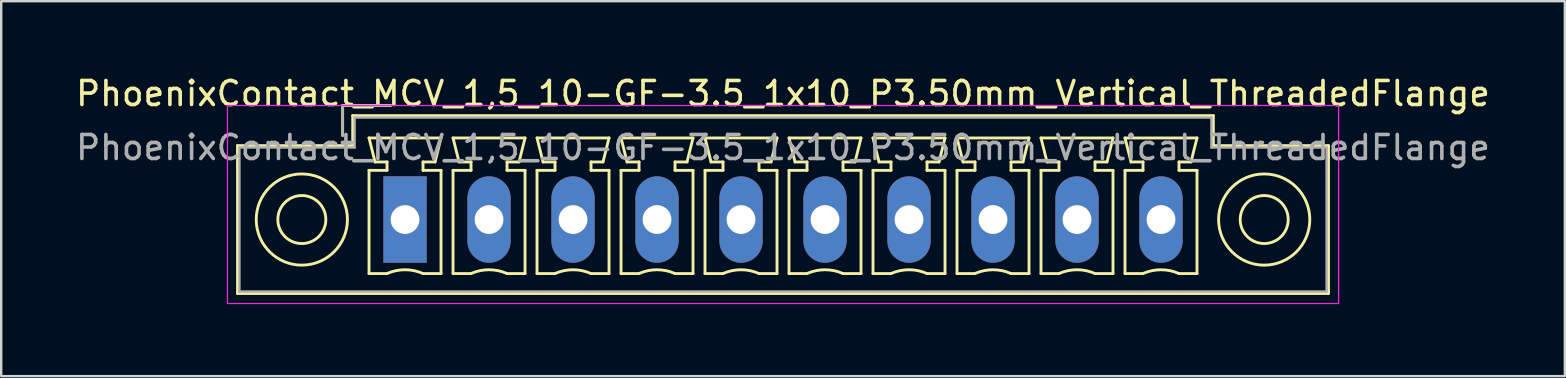
<source format=kicad_pcb>
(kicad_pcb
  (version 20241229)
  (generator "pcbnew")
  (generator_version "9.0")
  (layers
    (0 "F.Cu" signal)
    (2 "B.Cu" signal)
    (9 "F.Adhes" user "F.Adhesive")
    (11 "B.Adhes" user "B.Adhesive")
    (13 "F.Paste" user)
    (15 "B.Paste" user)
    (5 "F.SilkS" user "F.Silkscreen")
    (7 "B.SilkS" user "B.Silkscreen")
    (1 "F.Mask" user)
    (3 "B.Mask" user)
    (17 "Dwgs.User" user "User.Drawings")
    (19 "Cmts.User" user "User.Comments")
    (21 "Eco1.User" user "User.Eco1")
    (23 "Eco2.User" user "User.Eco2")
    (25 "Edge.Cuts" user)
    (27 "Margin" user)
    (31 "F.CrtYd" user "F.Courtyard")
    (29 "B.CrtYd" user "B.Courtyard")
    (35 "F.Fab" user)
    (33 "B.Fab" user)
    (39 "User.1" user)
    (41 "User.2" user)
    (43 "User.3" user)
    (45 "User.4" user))
  (footprint "PhoenixContact_MCV_1,5_10-GF-3.5_1x10_P3.50mm_Vertical_ThreadedFlange"
    (layer "F.Cu")
    (at 13.827 6.098)
    (property "Reference" "PhoenixContact_MCV_1,5_10-GF-3.5_1x10_P3.50mm_Vertical_ThreadedFlange" (at 15.75 -5.25 0) (layer "F.SilkS") (effects (font (size 1 1) (thickness 0.15))))
    (attr through_hole)
    (fp_line (start -6.98 -3.08) (end -6.98 3.08) (stroke (width 0.12) (type solid)) (layer "F.SilkS"))
    (fp_line (start -6.98 3.08) (end 38.48 3.08) (stroke (width 0.12) (type solid)) (layer "F.SilkS"))
    (fp_line (start -2.6 -4.75) (end -0.6 -4.75) (stroke (width 0.12) (type solid)) (layer "F.SilkS"))
    (fp_line (start -2.6 -3.5) (end -2.6 -4.75) (stroke (width 0.12) (type solid)) (layer "F.SilkS"))
    (fp_line (start -2.18 -4.33) (end -2.18 -3.08) (stroke (width 0.12) (type solid)) (layer "F.SilkS"))
    (fp_line (start -2.18 -3.08) (end -6.98 -3.08) (stroke (width 0.12) (type solid)) (layer "F.SilkS"))
    (fp_line (start -1.5 -3.4) (end 1.5 -3.4) (stroke (width 0.12) (type solid)) (layer "F.SilkS"))
    (fp_line (start -1.5 -2.05) (end -0.75 -2.05) (stroke (width 0.12) (type solid)) (layer "F.SilkS"))
    (fp_line (start -1.5 2.25) (end -1.5 -2.05) (stroke (width 0.12) (type solid)) (layer "F.SilkS"))
    (fp_line (start -1.25 -2.4) (end -1.5 -3.4) (stroke (width 0.12) (type solid)) (layer "F.SilkS"))
    (fp_line (start -0.75 -2.4) (end -1.25 -2.4) (stroke (width 0.12) (type solid)) (layer "F.SilkS"))
    (fp_line (start -0.75 -2.05) (end -0.75 -2.4) (stroke (width 0.12) (type solid)) (layer "F.SilkS"))
    (fp_line (start -0.75 2.25) (end -1.5 2.25) (stroke (width 0.12) (type solid)) (layer "F.SilkS"))
    (fp_line (start 0.75 -2.4) (end 0.75 -2.05) (stroke (width 0.12) (type solid)) (layer "F.SilkS"))
    (fp_line (start 0.75 -2.05) (end 1.5 -2.05) (stroke (width 0.12) (type solid)) (layer "F.SilkS"))
    (fp_line (start 1.25 -2.4) (end 0.75 -2.4) (stroke (width 0.12) (type solid)) (layer "F.SilkS"))
    (fp_line (start 1.5 -3.4) (end 1.25 -2.4) (stroke (width 0.12) (type solid)) (layer "F.SilkS"))
    (fp_line (start 1.5 -2.05) (end 1.5 2.25) (stroke (width 0.12) (type solid)) (layer "F.SilkS"))
    (fp_line (start 1.5 2.25) (end 0.75 2.25) (stroke (width 0.12) (type solid)) (layer "F.SilkS"))
    (fp_line (start 2 -3.4) (end 5 -3.4) (stroke (width 0.12) (type solid)) (layer "F.SilkS"))
    (fp_line (start 2 -2.05) (end 2.75 -2.05) (stroke (width 0.12) (type solid)) (layer "F.SilkS"))
    (fp_line (start 2 2.25) (end 2 -2.05) (stroke (width 0.12) (type solid)) (layer "F.SilkS"))
    (fp_line (start 2.25 -2.4) (end 2 -3.4) (stroke (width 0.12) (type solid)) (layer "F.SilkS"))
    (fp_line (start 2.75 -2.4) (end 2.25 -2.4) (stroke (width 0.12) (type solid)) (layer "F.SilkS"))
    (fp_line (start 2.75 -2.05) (end 2.75 -2.4) (stroke (width 0.12) (type solid)) (layer "F.SilkS"))
    (fp_line (start 2.75 2.25) (end 2 2.25) (stroke (width 0.12) (type solid)) (layer "F.SilkS"))
    (fp_line (start 4.25 -2.4) (end 4.25 -2.05) (stroke (width 0.12) (type solid)) (layer "F.SilkS"))
    (fp_line (start 4.25 -2.05) (end 5 -2.05) (stroke (width 0.12) (type solid)) (layer "F.SilkS"))
    (fp_line (start 4.75 -2.4) (end 4.25 -2.4) (stroke (width 0.12) (type solid)) (layer "F.SilkS"))
    (fp_line (start 5 -3.4) (end 4.75 -2.4) (stroke (width 0.12) (type solid)) (layer "F.SilkS"))
    (fp_line (start 5 -2.05) (end 5 2.25) (stroke (width 0.12) (type solid)) (layer "F.SilkS"))
    (fp_line (start 5 2.25) (end 4.25 2.25) (stroke (width 0.12) (type solid)) (layer "F.SilkS"))
    (fp_line (start 5.5 -3.4) (end 8.5 -3.4) (stroke (width 0.12) (type solid)) (layer "F.SilkS"))
    (fp_line (start 5.5 -2.05) (end 6.25 -2.05) (stroke (width 0.12) (type solid)) (layer "F.SilkS"))
    (fp_line (start 5.5 2.25) (end 5.5 -2.05) (stroke (width 0.12) (type solid)) (layer "F.SilkS"))
    (fp_line (start 5.75 -2.4) (end 5.5 -3.4) (stroke (width 0.12) (type solid)) (layer "F.SilkS"))
    (fp_line (start 6.25 -2.4) (end 5.75 -2.4) (stroke (width 0.12) (type solid)) (layer "F.SilkS"))
    (fp_line (start 6.25 -2.05) (end 6.25 -2.4) (stroke (width 0.12) (type solid)) (layer "F.SilkS"))
    (fp_line (start 6.25 2.25) (end 5.5 2.25) (stroke (width 0.12) (type solid)) (layer "F.SilkS"))
    (fp_line (start 7.75 -2.4) (end 7.75 -2.05) (stroke (width 0.12) (type solid)) (layer "F.SilkS"))
    (fp_line (start 7.75 -2.05) (end 8.5 -2.05) (stroke (width 0.12) (type solid)) (layer "F.SilkS"))
    (fp_line (start 8.25 -2.4) (end 7.75 -2.4) (stroke (width 0.12) (type solid)) (layer "F.SilkS"))
    (fp_line (start 8.5 -3.4) (end 8.25 -2.4) (stroke (width 0.12) (type solid)) (layer "F.SilkS"))
    (fp_line (start 8.5 -2.05) (end 8.5 2.25) (stroke (width 0.12) (type solid)) (layer "F.SilkS"))
    (fp_line (start 8.5 2.25) (end 7.75 2.25) (stroke (width 0.12) (type solid)) (layer "F.SilkS"))
    (fp_line (start 9 -3.4) (end 12 -3.4) (stroke (width 0.12) (type solid)) (layer "F.SilkS"))
    (fp_line (start 9 -2.05) (end 9.75 -2.05) (stroke (width 0.12) (type solid)) (layer "F.SilkS"))
    (fp_line (start 9 2.25) (end 9 -2.05) (stroke (width 0.12) (type solid)) (layer "F.SilkS"))
    (fp_line (start 9.25 -2.4) (end 9 -3.4) (stroke (width 0.12) (type solid)) (layer "F.SilkS"))
    (fp_line (start 9.75 -2.4) (end 9.25 -2.4) (stroke (width 0.12) (type solid)) (layer "F.SilkS"))
    (fp_line (start 9.75 -2.05) (end 9.75 -2.4) (stroke (width 0.12) (type solid)) (layer "F.SilkS"))
    (fp_line (start 9.75 2.25) (end 9 2.25) (stroke (width 0.12) (type solid)) (layer "F.SilkS"))
    (fp_line (start 11.25 -2.4) (end 11.25 -2.05) (stroke (width 0.12) (type solid)) (layer "F.SilkS"))
    (fp_line (start 11.25 -2.05) (end 12 -2.05) (stroke (width 0.12) (type solid)) (layer "F.SilkS"))
    (fp_line (start 11.75 -2.4) (end 11.25 -2.4) (stroke (width 0.12) (type solid)) (layer "F.SilkS"))
    (fp_line (start 12 -3.4) (end 11.75 -2.4) (stroke (width 0.12) (type solid)) (layer "F.SilkS"))
    (fp_line (start 12 -2.05) (end 12 2.25) (stroke (width 0.12) (type solid)) (layer "F.SilkS"))
    (fp_line (start 12 2.25) (end 11.25 2.25) (stroke (width 0.12) (type solid)) (layer "F.SilkS"))
    (fp_line (start 12.5 -3.4) (end 15.5 -3.4) (stroke (width 0.12) (type solid)) (layer "F.SilkS"))
    (fp_line (start 12.5 -2.05) (end 13.25 -2.05) (stroke (width 0.12) (type solid)) (layer "F.SilkS"))
    (fp_line (start 12.5 2.25) (end 12.5 -2.05) (stroke (width 0.12) (type solid)) (layer "F.SilkS"))
    (fp_line (start 12.75 -2.4) (end 12.5 -3.4) (stroke (width 0.12) (type solid)) (layer "F.SilkS"))
    (fp_line (start 13.25 -2.4) (end 12.75 -2.4) (stroke (width 0.12) (type solid)) (layer "F.SilkS"))
    (fp_line (start 13.25 -2.05) (end 13.25 -2.4) (stroke (width 0.12) (type solid)) (layer "F.SilkS"))
    (fp_line (start 13.25 2.25) (end 12.5 2.25) (stroke (width 0.12) (type solid)) (layer "F.SilkS"))
    (fp_line (start 14.75 -2.4) (end 14.75 -2.05) (stroke (width 0.12) (type solid)) (layer "F.SilkS"))
    (fp_line (start 14.75 -2.05) (end 15.5 -2.05) (stroke (width 0.12) (type solid)) (layer "F.SilkS"))
    (fp_line (start 15.25 -2.4) (end 14.75 -2.4) (stroke (width 0.12) (type solid)) (layer "F.SilkS"))
    (fp_line (start 15.5 -3.4) (end 15.25 -2.4) (stroke (width 0.12) (type solid)) (layer "F.SilkS"))
    (fp_line (start 15.5 -2.05) (end 15.5 2.25) (stroke (width 0.12) (type solid)) (layer "F.SilkS"))
    (fp_line (start 15.5 2.25) (end 14.75 2.25) (stroke (width 0.12) (type solid)) (layer "F.SilkS"))
    (fp_line (start 16 -3.4) (end 19 -3.4) (stroke (width 0.12) (type solid)) (layer "F.SilkS"))
    (fp_line (start 16 -2.05) (end 16.75 -2.05) (stroke (width 0.12) (type solid)) (layer "F.SilkS"))
    (fp_line (start 16 2.25) (end 16 -2.05) (stroke (width 0.12) (type solid)) (layer "F.SilkS"))
    (fp_line (start 16.25 -2.4) (end 16 -3.4) (stroke (width 0.12) (type solid)) (layer "F.SilkS"))
    (fp_line (start 16.75 -2.4) (end 16.25 -2.4) (stroke (width 0.12) (type solid)) (layer "F.SilkS"))
    (fp_line (start 16.75 -2.05) (end 16.75 -2.4) (stroke (width 0.12) (type solid)) (layer "F.SilkS"))
    (fp_line (start 16.75 2.25) (end 16 2.25) (stroke (width 0.12) (type solid)) (layer "F.SilkS"))
    (fp_line (start 18.25 -2.4) (end 18.25 -2.05) (stroke (width 0.12) (type solid)) (layer "F.SilkS"))
    (fp_line (start 18.25 -2.05) (end 19 -2.05) (stroke (width 0.12) (type solid)) (layer "F.SilkS"))
    (fp_line (start 18.75 -2.4) (end 18.25 -2.4) (stroke (width 0.12) (type solid)) (layer "F.SilkS"))
    (fp_line (start 19 -3.4) (end 18.75 -2.4) (stroke (width 0.12) (type solid)) (layer "F.SilkS"))
    (fp_line (start 19 -2.05) (end 19 2.25) (stroke (width 0.12) (type solid)) (layer "F.SilkS"))
    (fp_line (start 19 2.25) (end 18.25 2.25) (stroke (width 0.12) (type solid)) (layer "F.SilkS"))
    (fp_line (start 19.5 -3.4) (end 22.5 -3.4) (stroke (width 0.12) (type solid)) (layer "F.SilkS"))
    (fp_line (start 19.5 -2.05) (end 20.25 -2.05) (stroke (width 0.12) (type solid)) (layer "F.SilkS"))
    (fp_line (start 19.5 2.25) (end 19.5 -2.05) (stroke (width 0.12) (type solid)) (layer "F.SilkS"))
    (fp_line (start 19.75 -2.4) (end 19.5 -3.4) (stroke (width 0.12) (type solid)) (layer "F.SilkS"))
    (fp_line (start 20.25 -2.4) (end 19.75 -2.4) (stroke (width 0.12) (type solid)) (layer "F.SilkS"))
    (fp_line (start 20.25 -2.05) (end 20.25 -2.4) (stroke (width 0.12) (type solid)) (layer "F.SilkS"))
    (fp_line (start 20.25 2.25) (end 19.5 2.25) (stroke (width 0.12) (type solid)) (layer "F.SilkS"))
    (fp_line (start 21.75 -2.4) (end 21.75 -2.05) (stroke (width 0.12) (type solid)) (layer "F.SilkS"))
    (fp_line (start 21.75 -2.05) (end 22.5 -2.05) (stroke (width 0.12) (type solid)) (layer "F.SilkS"))
    (fp_line (start 22.25 -2.4) (end 21.75 -2.4) (stroke (width 0.12) (type solid)) (layer "F.SilkS"))
    (fp_line (start 22.5 -3.4) (end 22.25 -2.4) (stroke (width 0.12) (type solid)) (layer "F.SilkS"))
    (fp_line (start 22.5 -2.05) (end 22.5 2.25) (stroke (width 0.12) (type solid)) (layer "F.SilkS"))
    (fp_line (start 22.5 2.25) (end 21.75 2.25) (stroke (width 0.12) (type solid)) (layer "F.SilkS"))
    (fp_line (start 23 -3.4) (end 26 -3.4) (stroke (width 0.12) (type solid)) (layer "F.SilkS"))
    (fp_line (start 23 -2.05) (end 23.75 -2.05) (stroke (width 0.12) (type solid)) (layer "F.SilkS"))
    (fp_line (start 23 2.25) (end 23 -2.05) (stroke (width 0.12) (type solid)) (layer "F.SilkS"))
    (fp_line (start 23.25 -2.4) (end 23 -3.4) (stroke (width 0.12) (type solid)) (layer "F.SilkS"))
    (fp_line (start 23.75 -2.4) (end 23.25 -2.4) (stroke (width 0.12) (type solid)) (layer "F.SilkS"))
    (fp_line (start 23.75 -2.05) (end 23.75 -2.4) (stroke (width 0.12) (type solid)) (layer "F.SilkS"))
    (fp_line (start 23.75 2.25) (end 23 2.25) (stroke (width 0.12) (type solid)) (layer "F.SilkS"))
    (fp_line (start 25.25 -2.4) (end 25.25 -2.05) (stroke (width 0.12) (type solid)) (layer "F.SilkS"))
    (fp_line (start 25.25 -2.05) (end 26 -2.05) (stroke (width 0.12) (type solid)) (layer "F.SilkS"))
    (fp_line (start 25.75 -2.4) (end 25.25 -2.4) (stroke (width 0.12) (type solid)) (layer "F.SilkS"))
    (fp_line (start 26 -3.4) (end 25.75 -2.4) (stroke (width 0.12) (type solid)) (layer "F.SilkS"))
    (fp_line (start 26 -2.05) (end 26 2.25) (stroke (width 0.12) (type solid)) (layer "F.SilkS"))
    (fp_line (start 26 2.25) (end 25.25 2.25) (stroke (width 0.12) (type solid)) (layer "F.SilkS"))
    (fp_line (start 26.5 -3.4) (end 29.5 -3.4) (stroke (width 0.12) (type solid)) (layer "F.SilkS"))
    (fp_line (start 26.5 -2.05) (end 27.25 -2.05) (stroke (width 0.12) (type solid)) (layer "F.SilkS"))
    (fp_line (start 26.5 2.25) (end 26.5 -2.05) (stroke (width 0.12) (type solid)) (layer "F.SilkS"))
    (fp_line (start 26.75 -2.4) (end 26.5 -3.4) (stroke (width 0.12) (type solid)) (layer "F.SilkS"))
    (fp_line (start 27.25 -2.4) (end 26.75 -2.4) (stroke (width 0.12) (type solid)) (layer "F.SilkS"))
    (fp_line (start 27.25 -2.05) (end 27.25 -2.4) (stroke (width 0.12) (type solid)) (layer "F.SilkS"))
    (fp_line (start 27.25 2.25) (end 26.5 2.25) (stroke (width 0.12) (type solid)) (layer "F.SilkS"))
    (fp_line (start 28.75 -2.4) (end 28.75 -2.05) (stroke (width 0.12) (type solid)) (layer "F.SilkS"))
    (fp_line (start 28.75 -2.05) (end 29.5 -2.05) (stroke (width 0.12) (type solid)) (layer "F.SilkS"))
    (fp_line (start 29.25 -2.4) (end 28.75 -2.4) (stroke (width 0.12) (type solid)) (layer "F.SilkS"))
    (fp_line (start 29.5 -3.4) (end 29.25 -2.4) (stroke (width 0.12) (type solid)) (layer "F.SilkS"))
    (fp_line (start 29.5 -2.05) (end 29.5 2.25) (stroke (width 0.12) (type solid)) (layer "F.SilkS"))
    (fp_line (start 29.5 2.25) (end 28.75 2.25) (stroke (width 0.12) (type solid)) (layer "F.SilkS"))
    (fp_line (start 30 -3.4) (end 33 -3.4) (stroke (width 0.12) (type solid)) (layer "F.SilkS"))
    (fp_line (start 30 -2.05) (end 30.75 -2.05) (stroke (width 0.12) (type solid)) (layer "F.SilkS"))
    (fp_line (start 30 2.25) (end 30 -2.05) (stroke (width 0.12) (type solid)) (layer "F.SilkS"))
    (fp_line (start 30.25 -2.4) (end 30 -3.4) (stroke (width 0.12) (type solid)) (layer "F.SilkS"))
    (fp_line (start 30.75 -2.4) (end 30.25 -2.4) (stroke (width 0.12) (type solid)) (layer "F.SilkS"))
    (fp_line (start 30.75 -2.05) (end 30.75 -2.4) (stroke (width 0.12) (type solid)) (layer "F.SilkS"))
    (fp_line (start 30.75 2.25) (end 30 2.25) (stroke (width 0.12) (type solid)) (layer "F.SilkS"))
    (fp_line (start 32.25 -2.4) (end 32.25 -2.05) (stroke (width 0.12) (type solid)) (layer "F.SilkS"))
    (fp_line (start 32.25 -2.05) (end 33 -2.05) (stroke (width 0.12) (type solid)) (layer "F.SilkS"))
    (fp_line (start 32.75 -2.4) (end 32.25 -2.4) (stroke (width 0.12) (type solid)) (layer "F.SilkS"))
    (fp_line (start 33 -3.4) (end 32.75 -2.4) (stroke (width 0.12) (type solid)) (layer "F.SilkS"))
    (fp_line (start 33 -2.05) (end 33 2.25) (stroke (width 0.12) (type solid)) (layer "F.SilkS"))
    (fp_line (start 33 2.25) (end 32.25 2.25) (stroke (width 0.12) (type solid)) (layer "F.SilkS"))
    (fp_line (start 33.68 -4.33) (end -2.18 -4.33) (stroke (width 0.12) (type solid)) (layer "F.SilkS"))
    (fp_line (start 33.68 -3.08) (end 33.68 -4.33) (stroke (width 0.12) (type solid)) (layer "F.SilkS"))
    (fp_line (start 38.48 -3.08) (end 33.68 -3.08) (stroke (width 0.12) (type solid)) (layer "F.SilkS"))
    (fp_line (start 38.48 3.08) (end 38.48 -3.08) (stroke (width 0.12) (type solid)) (layer "F.SilkS"))
    (fp_arc (start -0.75 2.25) (mid -0.000193 2.09191) (end 0.749647 2.249844) (stroke (width 0.12) (type solid)) (layer "F.SilkS"))
    (fp_arc (start 2.75 2.25) (mid 3.499807 2.09191) (end 4.249647 2.249844) (stroke (width 0.12) (type solid)) (layer "F.SilkS"))
    (fp_arc (start 6.25 2.25) (mid 6.999807 2.09191) (end 7.749647 2.249844) (stroke (width 0.12) (type solid)) (layer "F.SilkS"))
    (fp_arc (start 9.75 2.25) (mid 10.499807 2.09191) (end 11.249647 2.249844) (stroke (width 0.12) (type solid)) (layer "F.SilkS"))
    (fp_arc (start 13.25 2.25) (mid 13.999807 2.09191) (end 14.749647 2.249844) (stroke (width 0.12) (type solid)) (layer "F.SilkS"))
    (fp_arc (start 16.75 2.25) (mid 17.499807 2.09191) (end 18.249647 2.249844) (stroke (width 0.12) (type solid)) (layer "F.SilkS"))
    (fp_arc (start 20.25 2.25) (mid 20.999807 2.09191) (end 21.749647 2.249844) (stroke (width 0.12) (type solid)) (layer "F.SilkS"))
    (fp_arc (start 23.75 2.25) (mid 24.499807 2.09191) (end 25.249647 2.249844) (stroke (width 0.12) (type solid)) (layer "F.SilkS"))
    (fp_arc (start 27.25 2.25) (mid 27.999807 2.09191) (end 28.749647 2.249844) (stroke (width 0.12) (type solid)) (layer "F.SilkS"))
    (fp_arc (start 30.75 2.25) (mid 31.499807 2.09191) (end 32.249647 2.249844) (stroke (width 0.12) (type solid)) (layer "F.SilkS"))
    (fp_circle (center -4.3 0) (end -3.3 0) (stroke (width 0.12) (type solid)) (fill no) (layer "F.SilkS"))
    (fp_circle (center -4.3 0) (end -2.4 0) (stroke (width 0.12) (type solid)) (fill no) (layer "F.SilkS"))
    (fp_circle (center 35.8 0) (end 36.8 0) (stroke (width 0.12) (type solid)) (fill no) (layer "F.SilkS"))
    (fp_circle (center 35.8 0) (end 37.7 0) (stroke (width 0.12) (type solid)) (fill no) (layer "F.SilkS"))
    (fp_line (start -7.4 -4.75) (end -7.4 3.5) (stroke (width 0.05) (type solid)) (layer "F.CrtYd"))
    (fp_line (start -7.4 3.5) (end 38.9 3.5) (stroke (width 0.05) (type solid)) (layer "F.CrtYd"))
    (fp_line (start 38.9 -4.75) (end -7.4 -4.75) (stroke (width 0.05) (type solid)) (layer "F.CrtYd"))
    (fp_line (start 38.9 3.5) (end 38.9 -4.75) (stroke (width 0.05) (type solid)) (layer "F.CrtYd"))
    (fp_line (start -6.9 -3) (end -6.9 3) (stroke (width 0.1) (type solid)) (layer "F.Fab"))
    (fp_line (start -6.9 3) (end 38.4 3) (stroke (width 0.1) (type solid)) (layer "F.Fab"))
    (fp_line (start -2.6 -4.75) (end -0.6 -4.75) (stroke (width 0.1) (type solid)) (layer "F.Fab"))
    (fp_line (start -2.6 -3.5) (end -2.6 -4.75) (stroke (width 0.1) (type solid)) (layer "F.Fab"))
    (fp_line (start -2.1 -4.25) (end -2.1 -3) (stroke (width 0.1) (type solid)) (layer "F.Fab"))
    (fp_line (start -2.1 -3) (end -6.9 -3) (stroke (width 0.1) (type solid)) (layer "F.Fab"))
    (fp_line (start 33.6 -4.25) (end -2.1 -4.25) (stroke (width 0.1) (type solid)) (layer "F.Fab"))
    (fp_line (start 33.6 -3) (end 33.6 -4.25) (stroke (width 0.1) (type solid)) (layer "F.Fab"))
    (fp_line (start 38.4 -3) (end 33.6 -3) (stroke (width 0.1) (type solid)) (layer "F.Fab"))
    (fp_line (start 38.4 3) (end 38.4 -3) (stroke (width 0.1) (type solid)) (layer "F.Fab"))
    (fp_text user "${REFERENCE}" (at 15.75 -3 0) (layer "F.Fab") (effects (font (size 1 1) (thickness 0.15))))
    (pad "1" thru_hole rect (at 0 0) (size 1.8 3.6) (drill 1.2) (layers "*.Cu" "*.Mask"))
    (pad "2" thru_hole oval (at 3.5 0) (size 1.8 3.6) (drill 1.2) (layers "*.Cu" "*.Mask"))
    (pad "3" thru_hole oval (at 7 0) (size 1.8 3.6) (drill 1.2) (layers "*.Cu" "*.Mask"))
    (pad "4" thru_hole oval (at 10.5 0) (size 1.8 3.6) (drill 1.2) (layers "*.Cu" "*.Mask"))
    (pad "5" thru_hole oval (at 14 0) (size 1.8 3.6) (drill 1.2) (layers "*.Cu" "*.Mask"))
    (pad "6" thru_hole oval (at 17.5 0) (size 1.8 3.6) (drill 1.2) (layers "*.Cu" "*.Mask"))
    (pad "7" thru_hole oval (at 21 0) (size 1.8 3.6) (drill 1.2) (layers "*.Cu" "*.Mask"))
    (pad "8" thru_hole oval (at 24.5 0) (size 1.8 3.6) (drill 1.2) (layers "*.Cu" "*.Mask"))
    (pad "9" thru_hole oval (at 28 0) (size 1.8 3.6) (drill 1.2) (layers "*.Cu" "*.Mask"))
    (pad "10" thru_hole oval (at 31.5 0) (size 1.8 3.6) (drill 1.2) (layers "*.Cu" "*.Mask")))
  (gr_rect
    (start -3 -3)
    (end 62.155 12.623)
    (stroke (width 0.1) (type default))
    (fill no)
    (layer "Edge.Cuts")))
</source>
